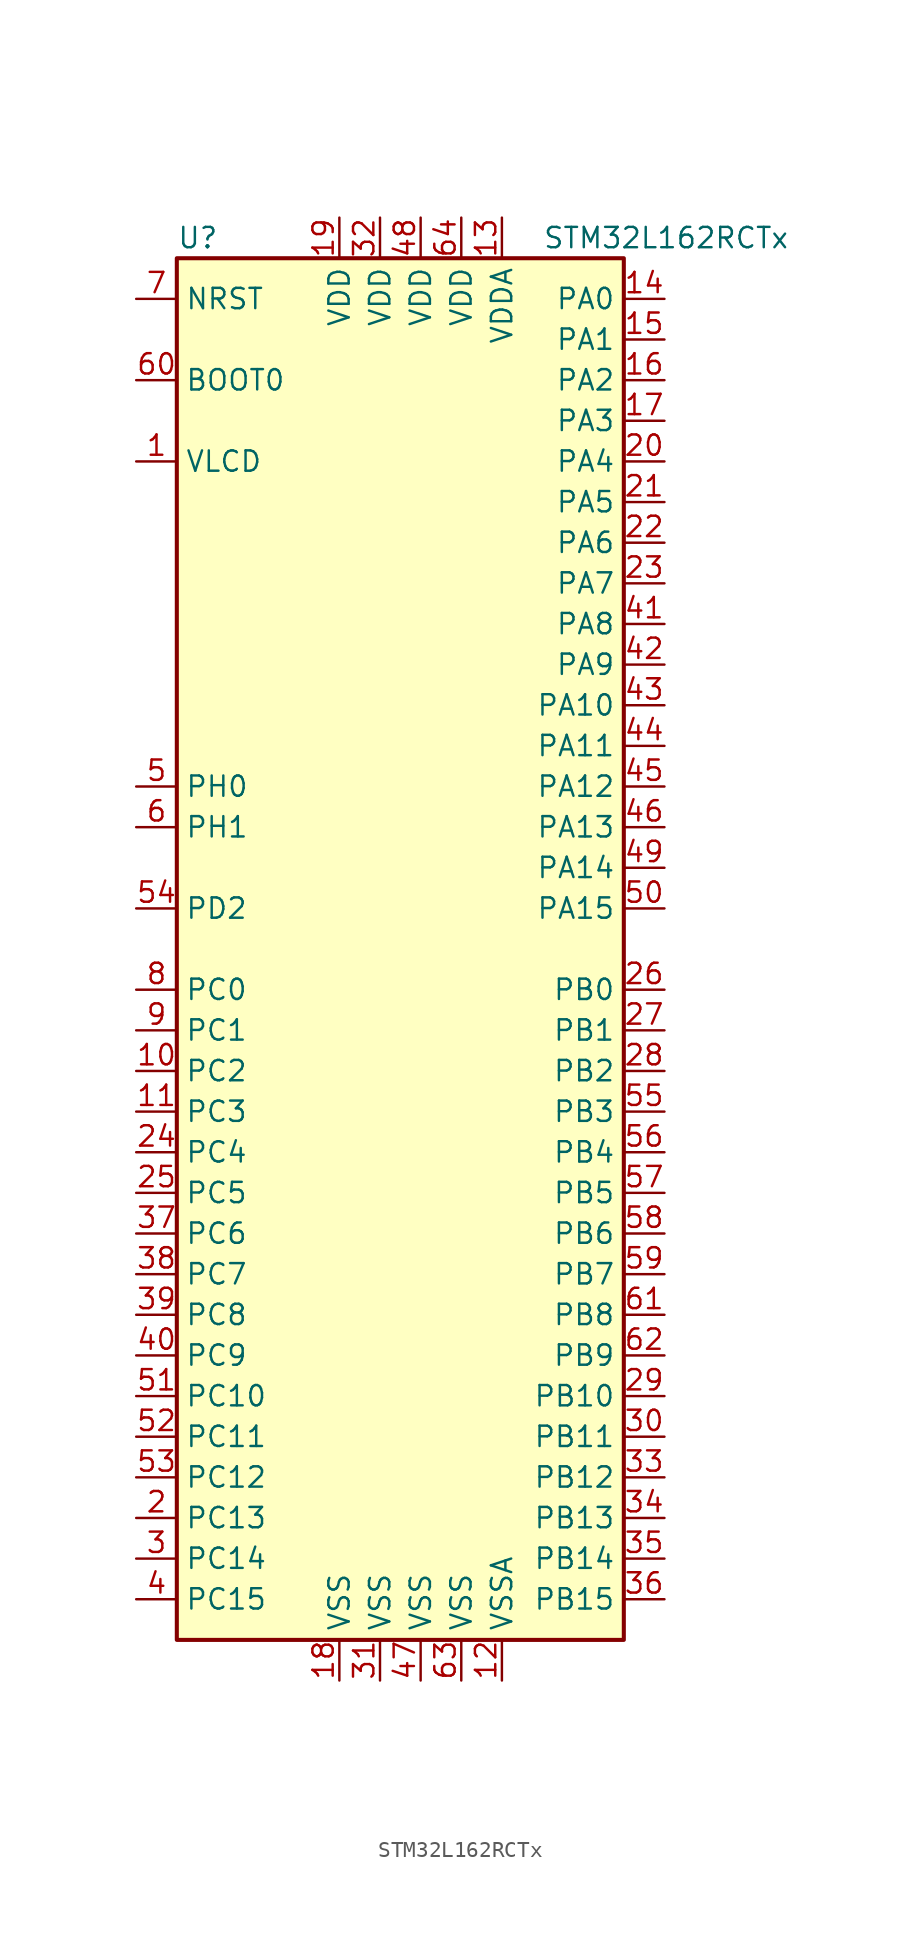
<source format=kicad_sym>
(kicad_symbol_lib
  (version 20201005)
  (generator kicad_symbol_editor)
  (symbol "STM32L162RCTx"
    (property "Reference" "U"
      (at -15.24 44.45 0)
      (effects (font (size 1.27 1.27)) (justify left)))
    (property "Value" "STM32L162RCTx"
      (at 7.62 44.45 0)
      (effects (font (size 1.27 1.27)) (justify left)))
    (symbol "STM32L162RCTx_0_1"
      (rectangle (start -15.24 -43.18) (end 12.7 43.18) (stroke (width 0.254)) (fill (type background))))
    (symbol "STM32L162RCTx_1_1"
      (pin input line (at -17.78 35.56 0) (length 2.54) (name "BOOT0" (effects (font (size 1.27 1.27)))) (number "60" (effects (font (size 1.27 1.27)))))
      (pin input line (at -17.78 40.64 0) (length 2.54) (name "NRST" (effects (font (size 1.27 1.27)))) (number "7" (effects (font (size 1.27 1.27)))))
      (pin bidirectional line (at 15.24 40.64 180) (length 2.54) (name "PA0" (effects (font (size 1.27 1.27)))) (number "14" (effects (font (size 1.27 1.27)))))
      (pin bidirectional line (at 15.24 38.1 180) (length 2.54) (name "PA1" (effects (font (size 1.27 1.27)))) (number "15" (effects (font (size 1.27 1.27)))))
      (pin bidirectional line (at 15.24 15.24 180) (length 2.54) (name "PA10" (effects (font (size 1.27 1.27)))) (number "43" (effects (font (size 1.27 1.27)))))
      (pin bidirectional line (at 15.24 12.7 180) (length 2.54) (name "PA11" (effects (font (size 1.27 1.27)))) (number "44" (effects (font (size 1.27 1.27)))))
      (pin bidirectional line (at 15.24 10.16 180) (length 2.54) (name "PA12" (effects (font (size 1.27 1.27)))) (number "45" (effects (font (size 1.27 1.27)))))
      (pin bidirectional line (at 15.24 7.62 180) (length 2.54) (name "PA13" (effects (font (size 1.27 1.27)))) (number "46" (effects (font (size 1.27 1.27)))))
      (pin bidirectional line (at 15.24 5.08 180) (length 2.54) (name "PA14" (effects (font (size 1.27 1.27)))) (number "49" (effects (font (size 1.27 1.27)))))
      (pin bidirectional line (at 15.24 2.54 180) (length 2.54) (name "PA15" (effects (font (size 1.27 1.27)))) (number "50" (effects (font (size 1.27 1.27)))))
      (pin bidirectional line (at 15.24 35.56 180) (length 2.54) (name "PA2" (effects (font (size 1.27 1.27)))) (number "16" (effects (font (size 1.27 1.27)))))
      (pin bidirectional line (at 15.24 33.02 180) (length 2.54) (name "PA3" (effects (font (size 1.27 1.27)))) (number "17" (effects (font (size 1.27 1.27)))))
      (pin bidirectional line (at 15.24 30.48 180) (length 2.54) (name "PA4" (effects (font (size 1.27 1.27)))) (number "20" (effects (font (size 1.27 1.27)))))
      (pin bidirectional line (at 15.24 27.94 180) (length 2.54) (name "PA5" (effects (font (size 1.27 1.27)))) (number "21" (effects (font (size 1.27 1.27)))))
      (pin bidirectional line (at 15.24 25.4 180) (length 2.54) (name "PA6" (effects (font (size 1.27 1.27)))) (number "22" (effects (font (size 1.27 1.27)))))
      (pin bidirectional line (at 15.24 22.86 180) (length 2.54) (name "PA7" (effects (font (size 1.27 1.27)))) (number "23" (effects (font (size 1.27 1.27)))))
      (pin bidirectional line (at 15.24 20.32 180) (length 2.54) (name "PA8" (effects (font (size 1.27 1.27)))) (number "41" (effects (font (size 1.27 1.27)))))
      (pin bidirectional line (at 15.24 17.78 180) (length 2.54) (name "PA9" (effects (font (size 1.27 1.27)))) (number "42" (effects (font (size 1.27 1.27)))))
      (pin bidirectional line (at 15.24 -2.54 180) (length 2.54) (name "PB0" (effects (font (size 1.27 1.27)))) (number "26" (effects (font (size 1.27 1.27)))))
      (pin bidirectional line (at 15.24 -5.08 180) (length 2.54) (name "PB1" (effects (font (size 1.27 1.27)))) (number "27" (effects (font (size 1.27 1.27)))))
      (pin bidirectional line (at 15.24 -27.94 180) (length 2.54) (name "PB10" (effects (font (size 1.27 1.27)))) (number "29" (effects (font (size 1.27 1.27)))))
      (pin bidirectional line (at 15.24 -30.48 180) (length 2.54) (name "PB11" (effects (font (size 1.27 1.27)))) (number "30" (effects (font (size 1.27 1.27)))))
      (pin bidirectional line (at 15.24 -33.02 180) (length 2.54) (name "PB12" (effects (font (size 1.27 1.27)))) (number "33" (effects (font (size 1.27 1.27)))))
      (pin bidirectional line (at 15.24 -35.56 180) (length 2.54) (name "PB13" (effects (font (size 1.27 1.27)))) (number "34" (effects (font (size 1.27 1.27)))))
      (pin bidirectional line (at 15.24 -38.1 180) (length 2.54) (name "PB14" (effects (font (size 1.27 1.27)))) (number "35" (effects (font (size 1.27 1.27)))))
      (pin bidirectional line (at 15.24 -40.64 180) (length 2.54) (name "PB15" (effects (font (size 1.27 1.27)))) (number "36" (effects (font (size 1.27 1.27)))))
      (pin bidirectional line (at 15.24 -7.62 180) (length 2.54) (name "PB2" (effects (font (size 1.27 1.27)))) (number "28" (effects (font (size 1.27 1.27)))))
      (pin bidirectional line (at 15.24 -10.16 180) (length 2.54) (name "PB3" (effects (font (size 1.27 1.27)))) (number "55" (effects (font (size 1.27 1.27)))))
      (pin bidirectional line (at 15.24 -12.7 180) (length 2.54) (name "PB4" (effects (font (size 1.27 1.27)))) (number "56" (effects (font (size 1.27 1.27)))))
      (pin bidirectional line (at 15.24 -15.24 180) (length 2.54) (name "PB5" (effects (font (size 1.27 1.27)))) (number "57" (effects (font (size 1.27 1.27)))))
      (pin bidirectional line (at 15.24 -17.78 180) (length 2.54) (name "PB6" (effects (font (size 1.27 1.27)))) (number "58" (effects (font (size 1.27 1.27)))))
      (pin bidirectional line (at 15.24 -20.32 180) (length 2.54) (name "PB7" (effects (font (size 1.27 1.27)))) (number "59" (effects (font (size 1.27 1.27)))))
      (pin bidirectional line (at 15.24 -22.86 180) (length 2.54) (name "PB8" (effects (font (size 1.27 1.27)))) (number "61" (effects (font (size 1.27 1.27)))))
      (pin bidirectional line (at 15.24 -25.4 180) (length 2.54) (name "PB9" (effects (font (size 1.27 1.27)))) (number "62" (effects (font (size 1.27 1.27)))))
      (pin bidirectional line (at -17.78 -2.54 0) (length 2.54) (name "PC0" (effects (font (size 1.27 1.27)))) (number "8" (effects (font (size 1.27 1.27)))))
      (pin bidirectional line (at -17.78 -5.08 0) (length 2.54) (name "PC1" (effects (font (size 1.27 1.27)))) (number "9" (effects (font (size 1.27 1.27)))))
      (pin bidirectional line (at -17.78 -27.94 0) (length 2.54) (name "PC10" (effects (font (size 1.27 1.27)))) (number "51" (effects (font (size 1.27 1.27)))))
      (pin bidirectional line (at -17.78 -30.48 0) (length 2.54) (name "PC11" (effects (font (size 1.27 1.27)))) (number "52" (effects (font (size 1.27 1.27)))))
      (pin bidirectional line (at -17.78 -33.02 0) (length 2.54) (name "PC12" (effects (font (size 1.27 1.27)))) (number "53" (effects (font (size 1.27 1.27)))))
      (pin bidirectional line (at -17.78 -35.56 0) (length 2.54) (name "PC13" (effects (font (size 1.27 1.27)))) (number "2" (effects (font (size 1.27 1.27)))))
      (pin bidirectional line (at -17.78 -38.1 0) (length 2.54) (name "PC14" (effects (font (size 1.27 1.27)))) (number "3" (effects (font (size 1.27 1.27)))))
      (pin bidirectional line (at -17.78 -40.64 0) (length 2.54) (name "PC15" (effects (font (size 1.27 1.27)))) (number "4" (effects (font (size 1.27 1.27)))))
      (pin bidirectional line (at -17.78 -7.62 0) (length 2.54) (name "PC2" (effects (font (size 1.27 1.27)))) (number "10" (effects (font (size 1.27 1.27)))))
      (pin bidirectional line (at -17.78 -10.16 0) (length 2.54) (name "PC3" (effects (font (size 1.27 1.27)))) (number "11" (effects (font (size 1.27 1.27)))))
      (pin bidirectional line (at -17.78 -12.7 0) (length 2.54) (name "PC4" (effects (font (size 1.27 1.27)))) (number "24" (effects (font (size 1.27 1.27)))))
      (pin bidirectional line (at -17.78 -15.24 0) (length 2.54) (name "PC5" (effects (font (size 1.27 1.27)))) (number "25" (effects (font (size 1.27 1.27)))))
      (pin bidirectional line (at -17.78 -17.78 0) (length 2.54) (name "PC6" (effects (font (size 1.27 1.27)))) (number "37" (effects (font (size 1.27 1.27)))))
      (pin bidirectional line (at -17.78 -20.32 0) (length 2.54) (name "PC7" (effects (font (size 1.27 1.27)))) (number "38" (effects (font (size 1.27 1.27)))))
      (pin bidirectional line (at -17.78 -22.86 0) (length 2.54) (name "PC8" (effects (font (size 1.27 1.27)))) (number "39" (effects (font (size 1.27 1.27)))))
      (pin bidirectional line (at -17.78 -25.4 0) (length 2.54) (name "PC9" (effects (font (size 1.27 1.27)))) (number "40" (effects (font (size 1.27 1.27)))))
      (pin bidirectional line (at -17.78 2.54 0) (length 2.54) (name "PD2" (effects (font (size 1.27 1.27)))) (number "54" (effects (font (size 1.27 1.27)))))
      (pin input line (at -17.78 10.16 0) (length 2.54) (name "PH0" (effects (font (size 1.27 1.27)))) (number "5" (effects (font (size 1.27 1.27)))))
      (pin input line (at -17.78 7.62 0) (length 2.54) (name "PH1" (effects (font (size 1.27 1.27)))) (number "6" (effects (font (size 1.27 1.27)))))
      (pin power_in line (at -5.08 45.72 270) (length 2.54) (name "VDD" (effects (font (size 1.27 1.27)))) (number "19" (effects (font (size 1.27 1.27)))))
      (pin power_in line (at -2.54 45.72 270) (length 2.54) (name "VDD" (effects (font (size 1.27 1.27)))) (number "32" (effects (font (size 1.27 1.27)))))
      (pin power_in line (at 0 45.72 270) (length 2.54) (name "VDD" (effects (font (size 1.27 1.27)))) (number "48" (effects (font (size 1.27 1.27)))))
      (pin power_in line (at 2.54 45.72 270) (length 2.54) (name "VDD" (effects (font (size 1.27 1.27)))) (number "64" (effects (font (size 1.27 1.27)))))
      (pin power_in line (at 5.08 45.72 270) (length 2.54) (name "VDDA" (effects (font (size 1.27 1.27)))) (number "13" (effects (font (size 1.27 1.27)))))
      (pin power_in line (at -17.78 30.48 0) (length 2.54) (name "VLCD" (effects (font (size 1.27 1.27)))) (number "1" (effects (font (size 1.27 1.27)))))
      (pin power_in line (at -5.08 -45.72 90) (length 2.54) (name "VSS" (effects (font (size 1.27 1.27)))) (number "18" (effects (font (size 1.27 1.27)))))
      (pin power_in line (at -2.54 -45.72 90) (length 2.54) (name "VSS" (effects (font (size 1.27 1.27)))) (number "31" (effects (font (size 1.27 1.27)))))
      (pin power_in line (at 0 -45.72 90) (length 2.54) (name "VSS" (effects (font (size 1.27 1.27)))) (number "47" (effects (font (size 1.27 1.27)))))
      (pin power_in line (at 2.54 -45.72 90) (length 2.54) (name "VSS" (effects (font (size 1.27 1.27)))) (number "63" (effects (font (size 1.27 1.27)))))
      (pin power_in line (at 5.08 -45.72 90) (length 2.54) (name "VSSA" (effects (font (size 1.27 1.27)))) (number "12" (effects (font (size 1.27 1.27))))))))
</source>
